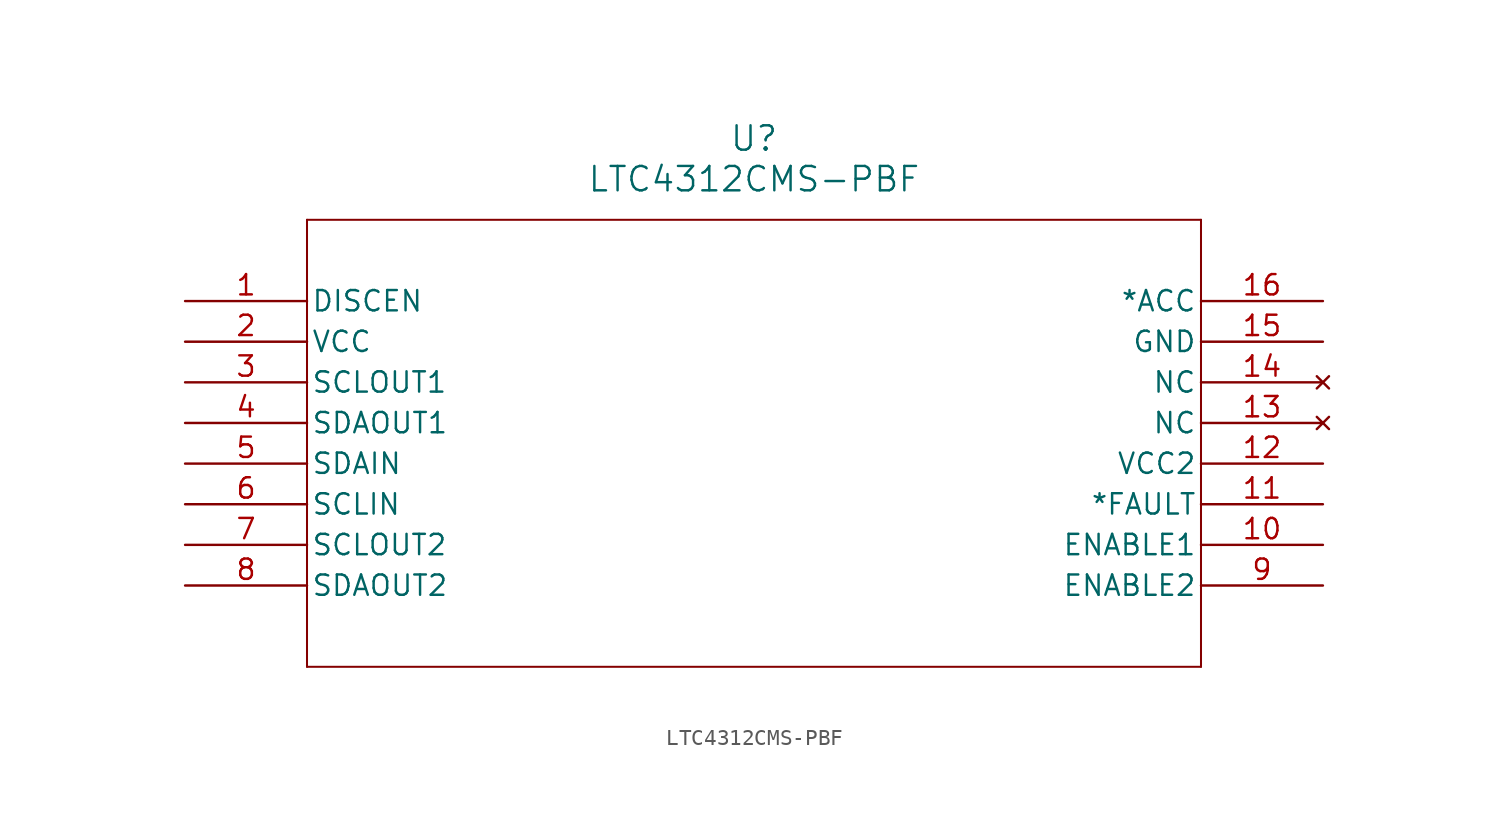
<source format=kicad_sym>
(kicad_symbol_lib
  (version 20211014)
  (generator kicad_symbol_editor)
  (symbol "LTC4312CMS-PBF"
    (pin_names
      (offset 0.254))
    (property "Reference" "U"
      (at 35.56 10.16 0)
      (effects (font (size 1.524 1.524))))
    (property "Value" "LTC4312CMS-PBF"
      (at 35.56 7.62 0)
      (effects (font (size 1.524 1.524))))
    (symbol "LTC4312CMS-PBF_0_1"
      (polyline (pts (xy 7.62 5.08) (xy 7.62 -22.86)) (stroke (width 0.127) (type default) (color 0 0 0 0)) (fill (type none)))
      (polyline (pts (xy 7.62 -22.86) (xy 63.5 -22.86)) (stroke (width 0.127) (type default) (color 0 0 0 0)) (fill (type none)))
      (polyline (pts (xy 63.5 -22.86) (xy 63.5 5.08)) (stroke (width 0.127) (type default) (color 0 0 0 0)) (fill (type none)))
      (polyline (pts (xy 63.5 5.08) (xy 7.62 5.08)) (stroke (width 0.127) (type default) (color 0 0 0 0)) (fill (type none)))
      (pin input line (at 0 0 0) (length 7.62) (name "DISCEN" (effects (font (size 1.27 1.27)))) (number "1" (effects (font (size 1.27 1.27)))))
      (pin power_in line (at 0 -2.54 0) (length 7.62) (name "VCC" (effects (font (size 1.27 1.27)))) (number "2" (effects (font (size 1.27 1.27)))))
      (pin bidirectional line (at 0 -5.08 0) (length 7.62) (name "SCLOUT1" (effects (font (size 1.27 1.27)))) (number "3" (effects (font (size 1.27 1.27)))))
      (pin bidirectional line (at 0 -7.62 0) (length 7.62) (name "SDAOUT1" (effects (font (size 1.27 1.27)))) (number "4" (effects (font (size 1.27 1.27)))))
      (pin bidirectional line (at 0 -10.16 0) (length 7.62) (name "SDAIN" (effects (font (size 1.27 1.27)))) (number "5" (effects (font (size 1.27 1.27)))))
      (pin bidirectional line (at 0 -12.7 0) (length 7.62) (name "SCLIN" (effects (font (size 1.27 1.27)))) (number "6" (effects (font (size 1.27 1.27)))))
      (pin bidirectional line (at 0 -15.24 0) (length 7.62) (name "SCLOUT2" (effects (font (size 1.27 1.27)))) (number "7" (effects (font (size 1.27 1.27)))))
      (pin bidirectional line (at 0 -17.78 0) (length 7.62) (name "SDAOUT2" (effects (font (size 1.27 1.27)))) (number "8" (effects (font (size 1.27 1.27)))))
      (pin bidirectional line (at 71.12 -17.78 180) (length 7.62) (name "ENABLE2" (effects (font (size 1.27 1.27)))) (number "9" (effects (font (size 1.27 1.27)))))
      (pin bidirectional line (at 71.12 -15.24 180) (length 7.62) (name "ENABLE1" (effects (font (size 1.27 1.27)))) (number "10" (effects (font (size 1.27 1.27)))))
      (pin output line (at 71.12 -12.7 180) (length 7.62) (name "*FAULT" (effects (font (size 1.27 1.27)))) (number "11" (effects (font (size 1.27 1.27)))))
      (pin power_in line (at 71.12 -10.16 180) (length 7.62) (name "VCC2" (effects (font (size 1.27 1.27)))) (number "12" (effects (font (size 1.27 1.27)))))
      (pin no_connect line (at 71.12 -7.62 180) (length 7.62) (name "NC" (effects (font (size 1.27 1.27)))) (number "13" (effects (font (size 1.27 1.27)))))
      (pin no_connect line (at 71.12 -5.08 180) (length 7.62) (name "NC" (effects (font (size 1.27 1.27)))) (number "14" (effects (font (size 1.27 1.27)))))
      (pin power_in line (at 71.12 -2.54 180) (length 7.62) (name "GND" (effects (font (size 1.27 1.27)))) (number "15" (effects (font (size 1.27 1.27)))))
      (pin unspecified line (at 71.12 0 180) (length 7.62) (name "*ACC" (effects (font (size 1.27 1.27)))) (number "16" (effects (font (size 1.27 1.27))))))))
</source>
